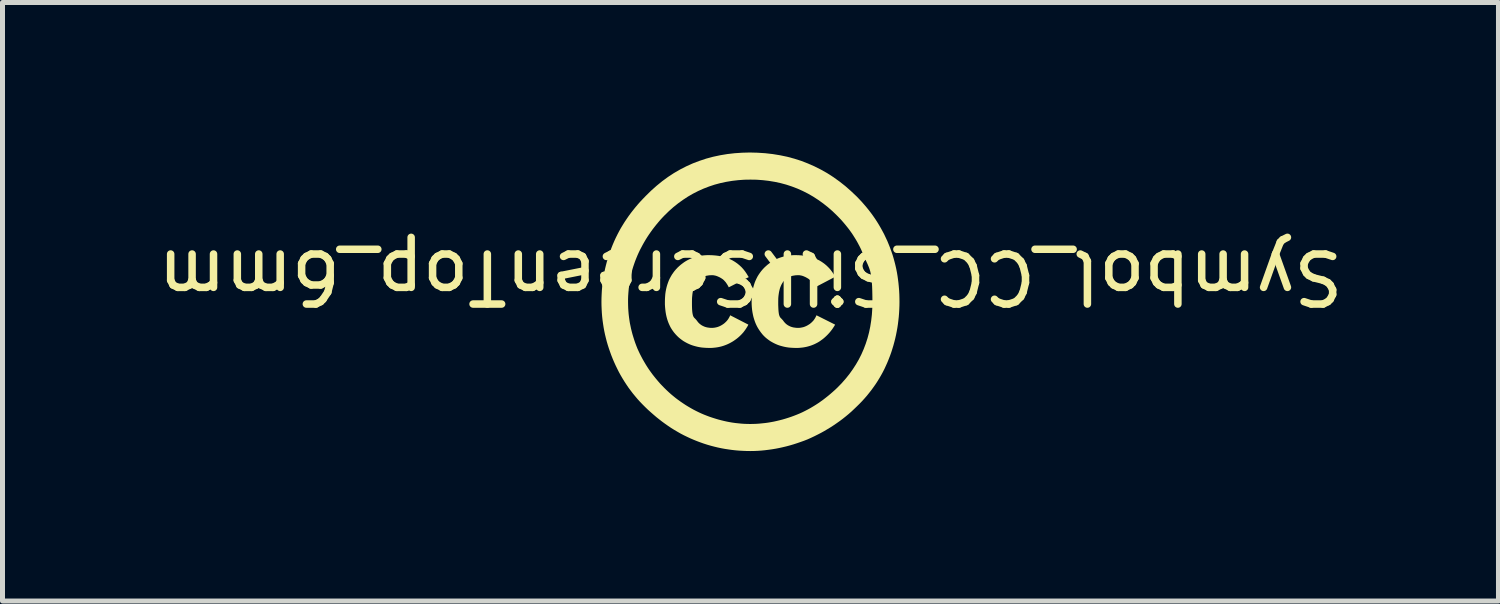
<source format=kicad_pcb>
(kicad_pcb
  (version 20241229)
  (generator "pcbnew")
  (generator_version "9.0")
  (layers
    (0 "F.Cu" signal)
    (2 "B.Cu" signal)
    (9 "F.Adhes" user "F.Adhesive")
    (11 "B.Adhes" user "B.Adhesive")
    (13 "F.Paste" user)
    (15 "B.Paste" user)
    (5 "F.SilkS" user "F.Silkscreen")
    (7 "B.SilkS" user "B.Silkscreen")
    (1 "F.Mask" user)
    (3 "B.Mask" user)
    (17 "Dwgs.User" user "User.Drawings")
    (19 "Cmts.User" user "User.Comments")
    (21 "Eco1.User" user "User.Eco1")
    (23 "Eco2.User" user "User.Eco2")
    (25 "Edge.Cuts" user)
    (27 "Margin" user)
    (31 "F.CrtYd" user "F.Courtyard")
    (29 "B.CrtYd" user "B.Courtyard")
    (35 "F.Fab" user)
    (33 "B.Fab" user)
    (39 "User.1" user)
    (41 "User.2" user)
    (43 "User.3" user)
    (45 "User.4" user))
  (footprint "Symbol_CC_SilkScreenTop_6mm"
    (layer "F.Cu")
    (at 11.958 2.985)
    (property "Reference" "Symbol_CC_SilkScreenTop_6mm" (at 0 -0.5 180) (unlocked yes) (layer "F.SilkS") (effects (font (size 1 1) (thickness 0.15))))
    (attr board_only exclude_from_pos_files exclude_from_bom allow_missing_courtyard)
    (fp_poly (pts (xy -0.766 -0.931) (xy -0.7 -0.926) (xy -0.637 -0.918) (xy -0.576 -0.906) (xy -0.517 -0.891) (xy -0.462 -0.873) (xy -0.409 -0.852) (xy -0.358 -0.827) (xy -0.31 -0.798) (xy -0.264 -0.766) (xy -0.221 -0.731) (xy -0.18 -0.693) (xy -0.142 -0.651) (xy -0.106 -0.605) (xy -0.073 -0.556) (xy -0.042 -0.504) (xy -0.033 -0.494) (xy -0.434 -0.289) (xy -0.442 -0.306) (xy -0.451 -0.322) (xy -0.46 -0.338) (xy -0.469 -0.352) (xy -0.478 -0.366) (xy -0.487 -0.379) (xy -0.496 -0.392) (xy -0.506 -0.403) (xy -0.516 -0.414) (xy -0.526 -0.425) (xy -0.536 -0.435) (xy -0.546 -0.444) (xy -0.557 -0.453) (xy -0.569 -0.461) (xy -0.58 -0.468) (xy -0.592 -0.476) (xy -0.604 -0.482) (xy -0.616 -0.489) (xy -0.628 -0.495) (xy -0.64 -0.5) (xy -0.651 -0.505) (xy -0.662 -0.51) (xy -0.673 -0.514) (xy -0.684 -0.518) (xy -0.695 -0.521) (xy -0.706 -0.524) (xy -0.717 -0.526) (xy -0.727 -0.528) (xy -0.738 -0.53) (xy -0.748 -0.531) (xy -0.759 -0.531) (xy -0.769 -0.532) (xy -0.794 -0.531) (xy -0.819 -0.53) (xy -0.842 -0.527) (xy -0.864 -0.523) (xy -0.886 -0.519) (xy -0.907 -0.513) (xy -0.927 -0.506) (xy -0.946 -0.498) (xy -0.965 -0.49) (xy -0.982 -0.48) (xy -0.999 -0.469) (xy -1.015 -0.457) (xy -1.03 -0.444) (xy -1.045 -0.43) (xy -1.059 -0.415) (xy -1.071 -0.399) (xy -1.083 -0.382) (xy -1.095 -0.363) (xy -1.105 -0.344) (xy -1.115 -0.324) (xy -1.124 -0.303) (xy -1.132 -0.28) (xy -1.139 -0.257) (xy -1.146 -0.233) (xy -1.152 -0.207) (xy -1.157 -0.181) (xy -1.161 -0.153) (xy -1.164 -0.125) (xy -1.167 -0.095) (xy -1.169 -0.064) (xy -1.17 0) (xy -1.17 0.062) (xy -1.169 0.114) (xy -1.167 0.159) (xy -1.164 0.196) (xy -1.16 0.227) (xy -1.155 0.252) (xy -1.15 0.273) (xy -1.144 0.289) (xy -1.137 0.303) (xy -1.129 0.314) (xy -1.121 0.324) (xy -1.111 0.333) (xy -1.091 0.354) (xy -1.08 0.367) (xy -1.068 0.382) (xy -1.062 0.391) (xy -1.055 0.399) (xy -1.049 0.407) (xy -1.042 0.415) (xy -1.035 0.423) (xy -1.027 0.43) (xy -1.02 0.437) (xy -1.012 0.444) (xy -1.004 0.45) (xy -0.996 0.456) (xy -0.988 0.462) (xy -0.979 0.468) (xy -0.962 0.478) (xy -0.943 0.487) (xy -0.924 0.496) (xy -0.904 0.503) (xy -0.883 0.509) (xy -0.862 0.514) (xy -0.84 0.517) (xy -0.817 0.52) (xy -0.794 0.522) (xy -0.769 0.522) (xy -0.745 0.521) (xy -0.719 0.518) (xy -0.693 0.513) (xy -0.667 0.507) (xy -0.64 0.498) (xy -0.614 0.487) (xy -0.588 0.474) (xy -0.563 0.459) (xy -0.539 0.443) (xy -0.515 0.424) (xy -0.493 0.403) (xy -0.482 0.392) (xy -0.472 0.381) (xy -0.462 0.369) (xy -0.452 0.356) (xy -0.443 0.343) (xy -0.435 0.329) (xy -0.427 0.315) (xy -0.419 0.301) (xy -0.412 0.286) (xy -0.406 0.27) (xy -0.042 0.457) (xy -0.056 0.485) (xy -0.072 0.511) (xy -0.088 0.537) (xy -0.105 0.562) (xy -0.123 0.586) (xy -0.141 0.61) (xy -0.161 0.632) (xy -0.181 0.654) (xy -0.202 0.675) (xy -0.223 0.695) (xy -0.246 0.715) (xy -0.269 0.734) (xy -0.293 0.752) (xy -0.317 0.769) (xy -0.342 0.786) (xy -0.368 0.802) (xy -0.395 0.817) (xy -0.421 0.831) (xy -0.448 0.844) (xy -0.475 0.856) (xy -0.503 0.867) (xy -0.53 0.877) (xy -0.558 0.886) (xy -0.586 0.894) (xy -0.615 0.901) (xy -0.644 0.907) (xy -0.673 0.912) (xy -0.703 0.916) (xy -0.733 0.919) (xy -0.763 0.922) (xy -0.794 0.923) (xy -0.825 0.923) (xy -0.875 0.922) (xy -0.924 0.919) (xy -0.972 0.915) (xy -1.018 0.908) (xy -1.063 0.899) (xy -1.106 0.888) (xy -1.148 0.876) (xy -1.189 0.862) (xy -1.229 0.845) (xy -1.267 0.827) (xy -1.304 0.807) (xy -1.34 0.786) (xy -1.374 0.762) (xy -1.407 0.737) (xy -1.439 0.71) (xy -1.469 0.681) (xy -1.499 0.649) (xy -1.528 0.615) (xy -1.554 0.58) (xy -1.578 0.544) (xy -1.6 0.507) (xy -1.619 0.468) (xy -1.637 0.428) (xy -1.653 0.386) (xy -1.667 0.343) (xy -1.679 0.298) (xy -1.689 0.252) (xy -1.697 0.205) (xy -1.703 0.156) (xy -1.708 0.105) (xy -1.711 0.053) (xy -1.711 0) (xy -1.71 -0.053) (xy -1.707 -0.105) (xy -1.703 -0.156) (xy -1.696 -0.205) (xy -1.687 -0.252) (xy -1.676 -0.298) (xy -1.663 -0.343) (xy -1.648 -0.386) (xy -1.632 -0.428) (xy -1.613 -0.468) (xy -1.592 -0.507) (xy -1.57 -0.544) (xy -1.545 -0.58) (xy -1.519 -0.615) (xy -1.49 -0.649) (xy -1.46 -0.681) (xy -1.428 -0.711) (xy -1.395 -0.74) (xy -1.361 -0.766) (xy -1.327 -0.791) (xy -1.291 -0.814) (xy -1.255 -0.834) (xy -1.217 -0.853) (xy -1.179 -0.87) (xy -1.139 -0.884) (xy -1.099 -0.897) (xy -1.057 -0.908) (xy -1.015 -0.917) (xy -0.972 -0.924) (xy -0.927 -0.929) (xy -0.881 -0.932) (xy -0.835 -0.933)) (stroke (width -0.000001) (type solid)) (fill yes) (layer "F.SilkS"))
    (fp_poly (pts (xy 0.969 -0.931) (xy 1.035 -0.926) (xy 1.098 -0.918) (xy 1.159 -0.906) (xy 1.217 -0.891) (xy 1.273 -0.873) (xy 1.326 -0.852) (xy 1.377 -0.827) (xy 1.425 -0.798) (xy 1.471 -0.766) (xy 1.514 -0.731) (xy 1.554 -0.693) (xy 1.593 -0.651) (xy 1.628 -0.605) (xy 1.662 -0.556) (xy 1.693 -0.504) (xy 1.683 -0.494) (xy 1.292 -0.289) (xy 1.283 -0.306) (xy 1.274 -0.322) (xy 1.265 -0.338) (xy 1.256 -0.352) (xy 1.247 -0.366) (xy 1.238 -0.379) (xy 1.229 -0.392) (xy 1.219 -0.403) (xy 1.21 -0.414) (xy 1.2 -0.425) (xy 1.189 -0.435) (xy 1.179 -0.444) (xy 1.168 -0.453) (xy 1.157 -0.461) (xy 1.145 -0.468) (xy 1.133 -0.476) (xy 1.121 -0.482) (xy 1.109 -0.489) (xy 1.097 -0.495) (xy 1.086 -0.5) (xy 1.074 -0.505) (xy 1.063 -0.51) (xy 1.052 -0.514) (xy 1.041 -0.518) (xy 1.03 -0.521) (xy 1.019 -0.524) (xy 1.009 -0.526) (xy 0.998 -0.528) (xy 0.988 -0.53) (xy 0.977 -0.531) (xy 0.966 -0.531) (xy 0.956 -0.532) (xy 0.931 -0.531) (xy 0.907 -0.53) (xy 0.884 -0.527) (xy 0.861 -0.523) (xy 0.839 -0.519) (xy 0.819 -0.513) (xy 0.798 -0.506) (xy 0.779 -0.498) (xy 0.761 -0.49) (xy 0.743 -0.48) (xy 0.726 -0.469) (xy 0.71 -0.457) (xy 0.695 -0.444) (xy 0.681 -0.43) (xy 0.667 -0.415) (xy 0.654 -0.399) (xy 0.642 -0.382) (xy 0.631 -0.363) (xy 0.62 -0.344) (xy 0.611 -0.324) (xy 0.602 -0.303) (xy 0.593 -0.28) (xy 0.586 -0.257) (xy 0.58 -0.233) (xy 0.574 -0.207) (xy 0.569 -0.181) (xy 0.565 -0.153) (xy 0.561 -0.125) (xy 0.558 -0.095) (xy 0.556 -0.064) (xy 0.555 0) (xy 0.555 0.062) (xy 0.557 0.114) (xy 0.559 0.159) (xy 0.562 0.196) (xy 0.566 0.227) (xy 0.57 0.252) (xy 0.576 0.273) (xy 0.582 0.289) (xy 0.589 0.303) (xy 0.596 0.314) (xy 0.605 0.324) (xy 0.614 0.333) (xy 0.634 0.354) (xy 0.646 0.367) (xy 0.658 0.382) (xy 0.664 0.391) (xy 0.67 0.399) (xy 0.677 0.407) (xy 0.684 0.415) (xy 0.691 0.423) (xy 0.698 0.43) (xy 0.706 0.437) (xy 0.713 0.444) (xy 0.721 0.45) (xy 0.729 0.456) (xy 0.738 0.462) (xy 0.746 0.468) (xy 0.764 0.478) (xy 0.782 0.487) (xy 0.801 0.496) (xy 0.821 0.503) (xy 0.842 0.509) (xy 0.863 0.514) (xy 0.886 0.517) (xy 0.908 0.52) (xy 0.932 0.522) (xy 0.956 0.522) (xy 0.981 0.521) (xy 1.006 0.518) (xy 1.032 0.513) (xy 1.059 0.507) (xy 1.085 0.498) (xy 1.111 0.487) (xy 1.137 0.474) (xy 1.162 0.459) (xy 1.187 0.443) (xy 1.21 0.424) (xy 1.233 0.403) (xy 1.243 0.392) (xy 1.254 0.381) (xy 1.264 0.369) (xy 1.273 0.356) (xy 1.282 0.343) (xy 1.291 0.329) (xy 1.299 0.315) (xy 1.306 0.301) (xy 1.313 0.286) (xy 1.32 0.27) (xy 1.693 0.457) (xy 1.677 0.485) (xy 1.66 0.511) (xy 1.643 0.537) (xy 1.625 0.562) (xy 1.606 0.586) (xy 1.587 0.61) (xy 1.567 0.632) (xy 1.547 0.654) (xy 1.526 0.675) (xy 1.505 0.695) (xy 1.483 0.715) (xy 1.461 0.734) (xy 1.438 0.752) (xy 1.414 0.769) (xy 1.391 0.786) (xy 1.366 0.802) (xy 1.34 0.817) (xy 1.313 0.831) (xy 1.287 0.844) (xy 1.26 0.856) (xy 1.232 0.867) (xy 1.205 0.877) (xy 1.177 0.886) (xy 1.148 0.894) (xy 1.12 0.901) (xy 1.091 0.907) (xy 1.062 0.912) (xy 1.032 0.916) (xy 1.002 0.919) (xy 0.971 0.922) (xy 0.941 0.923) (xy 0.909 0.923) (xy 0.859 0.922) (xy 0.811 0.919) (xy 0.763 0.915) (xy 0.717 0.908) (xy 0.672 0.899) (xy 0.629 0.888) (xy 0.586 0.876) (xy 0.546 0.862) (xy 0.506 0.845) (xy 0.468 0.827) (xy 0.431 0.807) (xy 0.395 0.786) (xy 0.361 0.762) (xy 0.328 0.737) (xy 0.296 0.71) (xy 0.266 0.681) (xy 0.237 0.649) (xy 0.21 0.615) (xy 0.185 0.58) (xy 0.161 0.544) (xy 0.139 0.507) (xy 0.119 0.468) (xy 0.101 0.428) (xy 0.085 0.386) (xy 0.071 0.343) (xy 0.058 0.298) (xy 0.048 0.252) (xy 0.039 0.205) (xy 0.032 0.156) (xy 0.027 0.105) (xy 0.024 0.053) (xy 0.023 0) (xy 0.024 -0.053) (xy 0.027 -0.105) (xy 0.032 -0.156) (xy 0.039 -0.205) (xy 0.048 -0.252) (xy 0.059 -0.298) (xy 0.072 -0.343) (xy 0.086 -0.386) (xy 0.103 -0.428) (xy 0.122 -0.468) (xy 0.142 -0.507) (xy 0.165 -0.544) (xy 0.19 -0.58) (xy 0.216 -0.615) (xy 0.245 -0.649) (xy 0.275 -0.681) (xy 0.307 -0.711) (xy 0.34 -0.74) (xy 0.374 -0.766) (xy 0.408 -0.791) (xy 0.444 -0.814) (xy 0.48 -0.834) (xy 0.518 -0.853) (xy 0.556 -0.87) (xy 0.595 -0.884) (xy 0.636 -0.897) (xy 0.677 -0.908) (xy 0.72 -0.917) (xy 0.763 -0.924) (xy 0.808 -0.929) (xy 0.853 -0.932) (xy 0.9 -0.933)) (stroke (width -0.000001) (type solid)) (fill yes) (layer "F.SilkS"))
    (fp_poly (pts (xy 0.142 -2.981) (xy 0.295 -2.971) (xy 0.444 -2.954) (xy 0.591 -2.93) (xy 0.735 -2.9) (xy 0.876 -2.862) (xy 1.014 -2.818) (xy 1.148 -2.766) (xy 1.28 -2.708) (xy 1.409 -2.643) (xy 1.535 -2.572) (xy 1.658 -2.493) (xy 1.778 -2.407) (xy 1.896 -2.314) (xy 2.01 -2.214) (xy 2.122 -2.108) (xy 2.173 -2.055) (xy 2.224 -2.001) (xy 2.272 -1.946) (xy 2.319 -1.891) (xy 2.365 -1.834) (xy 2.409 -1.777) (xy 2.452 -1.718) (xy 2.493 -1.659) (xy 2.532 -1.599) (xy 2.57 -1.537) (xy 2.606 -1.475) (xy 2.641 -1.411) (xy 2.675 -1.347) (xy 2.706 -1.281) (xy 2.737 -1.215) (xy 2.765 -1.147) (xy 2.792 -1.079) (xy 2.817 -1.01) (xy 2.841 -0.941) (xy 2.862 -0.871) (xy 2.881 -0.801) (xy 2.899 -0.73) (xy 2.915 -0.659) (xy 2.929 -0.588) (xy 2.941 -0.516) (xy 2.951 -0.443) (xy 2.96 -0.371) (xy 2.967 -0.297) (xy 2.973 -0.224) (xy 2.977 -0.15) (xy 2.979 -0.075) (xy 2.98 0) (xy 2.979 0.075) (xy 2.976 0.15) (xy 2.972 0.224) (xy 2.966 0.299) (xy 2.958 0.372) (xy 2.949 0.446) (xy 2.938 0.519) (xy 2.925 0.591) (xy 2.911 0.663) (xy 2.895 0.734) (xy 2.877 0.805) (xy 2.858 0.875) (xy 2.837 0.944) (xy 2.815 1.013) (xy 2.791 1.08) (xy 2.765 1.147) (xy 2.738 1.213) (xy 2.709 1.278) (xy 2.679 1.343) (xy 2.647 1.406) (xy 2.613 1.468) (xy 2.577 1.53) (xy 2.54 1.59) (xy 2.501 1.65) (xy 2.46 1.708) (xy 2.418 1.766) (xy 2.374 1.822) (xy 2.329 1.878) (xy 2.282 1.932) (xy 2.233 1.986) (xy 2.183 2.038) (xy 2.131 2.089) (xy 2.076 2.142) (xy 2.021 2.194) (xy 1.964 2.244) (xy 1.906 2.292) (xy 1.847 2.339) (xy 1.787 2.384) (xy 1.726 2.427) (xy 1.665 2.469) (xy 1.602 2.51) (xy 1.539 2.548) (xy 1.475 2.586) (xy 1.41 2.622) (xy 1.344 2.656) (xy 1.278 2.689) (xy 1.21 2.721) (xy 1.143 2.751) (xy 1.072 2.779) (xy 1.002 2.804) (xy 0.932 2.828) (xy 0.861 2.851) (xy 0.79 2.872) (xy 0.719 2.891) (xy 0.648 2.908) (xy 0.576 2.924) (xy 0.504 2.938) (xy 0.432 2.95) (xy 0.36 2.96) (xy 0.287 2.969) (xy 0.215 2.976) (xy 0.142 2.981) (xy 0.069 2.984) (xy -0.005 2.985) (xy -0.078 2.984) (xy -0.151 2.981) (xy -0.224 2.977) (xy -0.296 2.971) (xy -0.369 2.963) (xy -0.44 2.953) (xy -0.512 2.942) (xy -0.583 2.929) (xy -0.654 2.914) (xy -0.724 2.897) (xy -0.793 2.879) (xy -0.862 2.859) (xy -0.931 2.837) (xy -0.999 2.813) (xy -1.066 2.788) (xy -1.133 2.761) (xy -1.201 2.732) (xy -1.267 2.701) (xy -1.333 2.669) (xy -1.398 2.635) (xy -1.461 2.599) (xy -1.524 2.562) (xy -1.585 2.524) (xy -1.646 2.483) (xy -1.706 2.441) (xy -1.765 2.398) (xy -1.823 2.353) (xy -1.881 2.307) (xy -1.937 2.259) (xy -1.993 2.21) (xy -2.049 2.16) (xy -2.103 2.108) (xy -2.156 2.055) (xy -2.208 2.001) (xy -2.258 1.946) (xy -2.306 1.889) (xy -2.353 1.832) (xy -2.397 1.774) (xy -2.441 1.715) (xy -2.482 1.654) (xy -2.522 1.593) (xy -2.56 1.531) (xy -2.597 1.468) (xy -2.632 1.404) (xy -2.665 1.338) (xy -2.697 1.272) (xy -2.727 1.206) (xy -2.756 1.138) (xy -2.783 1.07) (xy -2.808 1.001) (xy -2.832 0.932) (xy -2.854 0.863) (xy -2.874 0.794) (xy -2.892 0.724) (xy -2.909 0.654) (xy -2.924 0.583) (xy -2.937 0.512) (xy -2.948 0.44) (xy -2.958 0.368) (xy -2.966 0.296) (xy -2.972 0.223) (xy -2.976 0.149) (xy -2.979 0.075) (xy -2.98 0.009) (xy -2.448 0.009) (xy -2.447 0.07) (xy -2.445 0.13) (xy -2.441 0.19) (xy -2.436 0.249) (xy -2.429 0.308) (xy -2.421 0.366) (xy -2.412 0.424) (xy -2.4 0.481) (xy -2.388 0.539) (xy -2.374 0.595) (xy -2.359 0.652) (xy -2.342 0.708) (xy -2.324 0.765) (xy -2.305 0.821) (xy -2.284 0.877) (xy -2.262 0.933) (xy -2.237 0.988) (xy -2.211 1.043) (xy -2.183 1.097) (xy -2.155 1.15) (xy -2.125 1.202) (xy -2.095 1.253) (xy -2.063 1.304) (xy -2.03 1.354) (xy -1.995 1.403) (xy -1.96 1.451) (xy -1.923 1.498) (xy -1.885 1.545) (xy -1.846 1.591) (xy -1.806 1.637) (xy -1.764 1.681) (xy -1.721 1.725) (xy -1.677 1.768) (xy -1.632 1.81) (xy -1.586 1.851) (xy -1.539 1.89) (xy -1.492 1.928) (xy -1.444 1.964) (xy -1.395 1.999) (xy -1.345 2.033) (xy -1.295 2.066) (xy -1.244 2.097) (xy -1.193 2.127) (xy -1.141 2.156) (xy -1.089 2.183) (xy -1.036 2.209) (xy -0.982 2.234) (xy -0.928 2.257) (xy -0.872 2.279) (xy -0.816 2.3) (xy -0.759 2.319) (xy -0.702 2.337) (xy -0.645 2.354) (xy -0.588 2.369) (xy -0.531 2.383) (xy -0.473 2.396) (xy -0.416 2.407) (xy -0.357 2.417) (xy -0.299 2.425) (xy -0.241 2.431) (xy -0.182 2.437) (xy -0.123 2.441) (xy -0.064 2.443) (xy -0.005 2.444) (xy 0.055 2.443) (xy 0.114 2.441) (xy 0.174 2.437) (xy 0.233 2.431) (xy 0.292 2.425) (xy 0.351 2.417) (xy 0.41 2.407) (xy 0.469 2.396) (xy 0.527 2.383) (xy 0.585 2.369) (xy 0.643 2.354) (xy 0.701 2.337) (xy 0.758 2.319) (xy 0.815 2.3) (xy 0.872 2.279) (xy 0.928 2.257) (xy 0.984 2.234) (xy 1.039 2.209) (xy 1.093 2.182) (xy 1.147 2.154) (xy 1.2 2.125) (xy 1.252 2.094) (xy 1.304 2.062) (xy 1.355 2.029) (xy 1.405 1.994) (xy 1.455 1.958) (xy 1.504 1.92) (xy 1.552 1.882) (xy 1.6 1.842) (xy 1.647 1.801) (xy 1.694 1.759) (xy 1.739 1.716) (xy 1.824 1.629) (xy 1.903 1.539) (xy 1.977 1.447) (xy 2.045 1.352) (xy 2.108 1.255) (xy 2.166 1.155) (xy 2.218 1.052) (xy 2.264 0.947) (xy 2.305 0.839) (xy 2.341 0.728) (xy 2.371 0.615) (xy 2.395 0.499) (xy 2.414 0.38) (xy 2.428 0.259) (xy 2.436 0.136) (xy 2.439 0.009) (xy 2.438 -0.11) (xy 2.436 -0.214) (xy 2.433 -0.305) (xy 2.428 -0.383) (xy 2.422 -0.451) (xy 2.415 -0.509) (xy 2.406 -0.56) (xy 2.396 -0.605) (xy 2.384 -0.645) (xy 2.371 -0.683) (xy 2.341 -0.755) (xy 2.304 -0.834) (xy 2.262 -0.933) (xy 2.238 -0.988) (xy 2.214 -1.043) (xy 2.188 -1.097) (xy 2.16 -1.15) (xy 2.132 -1.202) (xy 2.102 -1.253) (xy 2.07 -1.304) (xy 2.038 -1.354) (xy 2.004 -1.403) (xy 1.969 -1.451) (xy 1.932 -1.498) (xy 1.894 -1.545) (xy 1.855 -1.591) (xy 1.815 -1.637) (xy 1.773 -1.681) (xy 1.73 -1.725) (xy 1.64 -1.812) (xy 1.547 -1.893) (xy 1.452 -1.968) (xy 1.354 -2.038) (xy 1.254 -2.103) (xy 1.152 -2.162) (xy 1.047 -2.215) (xy 0.94 -2.263) (xy 0.83 -2.305) (xy 0.718 -2.342) (xy 0.604 -2.373) (xy 0.487 -2.398) (xy 0.367 -2.418) (xy 0.246 -2.432) (xy 0.122 -2.441) (xy -0.000004 -2.443) (xy -0.122 -2.441) (xy -0.246 -2.432) (xy -0.367 -2.418) (xy -0.487 -2.398) (xy -0.603 -2.373) (xy -0.718 -2.342) (xy -0.829 -2.305) (xy -0.938 -2.263) (xy -1.045 -2.215) (xy -1.149 -2.162) (xy -1.251 -2.103) (xy -1.35 -2.038) (xy -1.447 -1.968) (xy -1.541 -1.893) (xy -1.632 -1.812) (xy -1.721 -1.725) (xy -1.764 -1.68) (xy -1.806 -1.634) (xy -1.846 -1.587) (xy -1.885 -1.54) (xy -1.923 -1.492) (xy -1.96 -1.444) (xy -1.995 -1.395) (xy -2.03 -1.345) (xy -2.063 -1.295) (xy -2.095 -1.244) (xy -2.125 -1.193) (xy -2.155 -1.14) (xy -2.183 -1.087) (xy -2.211 -1.034) (xy -2.237 -0.979) (xy -2.262 -0.923) (xy -2.285 -0.867) (xy -2.307 -0.811) (xy -2.327 -0.754) (xy -2.346 -0.698) (xy -2.363 -0.641) (xy -2.378 -0.583) (xy -2.392 -0.525) (xy -2.404 -0.467) (xy -2.415 -0.409) (xy -2.424 -0.351) (xy -2.431 -0.292) (xy -2.437 -0.232) (xy -2.442 -0.172) (xy -2.446 -0.112) (xy -2.448 -0.052) (xy -2.448 0.009) (xy -2.98 0.009) (xy -2.98 0) (xy -2.979 -0.075) (xy -2.976 -0.149) (xy -2.972 -0.223) (xy -2.966 -0.296) (xy -2.958 -0.368) (xy -2.948 -0.44) (xy -2.937 -0.512) (xy -2.924 -0.583) (xy -2.909 -0.654) (xy -2.892 -0.724) (xy -2.874 -0.794) (xy -2.854 -0.863) (xy -2.832 -0.932) (xy -2.808 -1.001) (xy -2.783 -1.07) (xy -2.756 -1.138) (xy -2.727 -1.206) (xy -2.697 -1.272) (xy -2.664 -1.339) (xy -2.63 -1.404) (xy -2.595 -1.468) (xy -2.557 -1.531) (xy -2.518 -1.594) (xy -2.477 -1.655) (xy -2.435 -1.716) (xy -2.391 -1.776) (xy -2.345 -1.835) (xy -2.298 -1.893) (xy -2.249 -1.951) (xy -2.199 -2.007) (xy -2.147 -2.062) (xy -2.094 -2.117) (xy -1.987 -2.222) (xy -1.877 -2.32) (xy -1.764 -2.412) (xy -1.648 -2.497) (xy -1.529 -2.575) (xy -1.406 -2.646) (xy -1.281 -2.71) (xy -1.152 -2.768) (xy -1.02 -2.818) (xy -0.885 -2.863) (xy -0.747 -2.9) (xy -0.607 -2.93) (xy -0.463 -2.954) (xy -0.316 -2.971) (xy -0.166 -2.981) (xy -0.014 -2.985)) (stroke (width -0.000001) (type solid)) (fill yes) (layer "F.SilkS")))
  (gr_rect
    (start -3 -3)
    (end 26.917 8.969)
    (stroke (width 0.1) (type default))
    (fill no)
    (layer "Edge.Cuts")))
</source>
